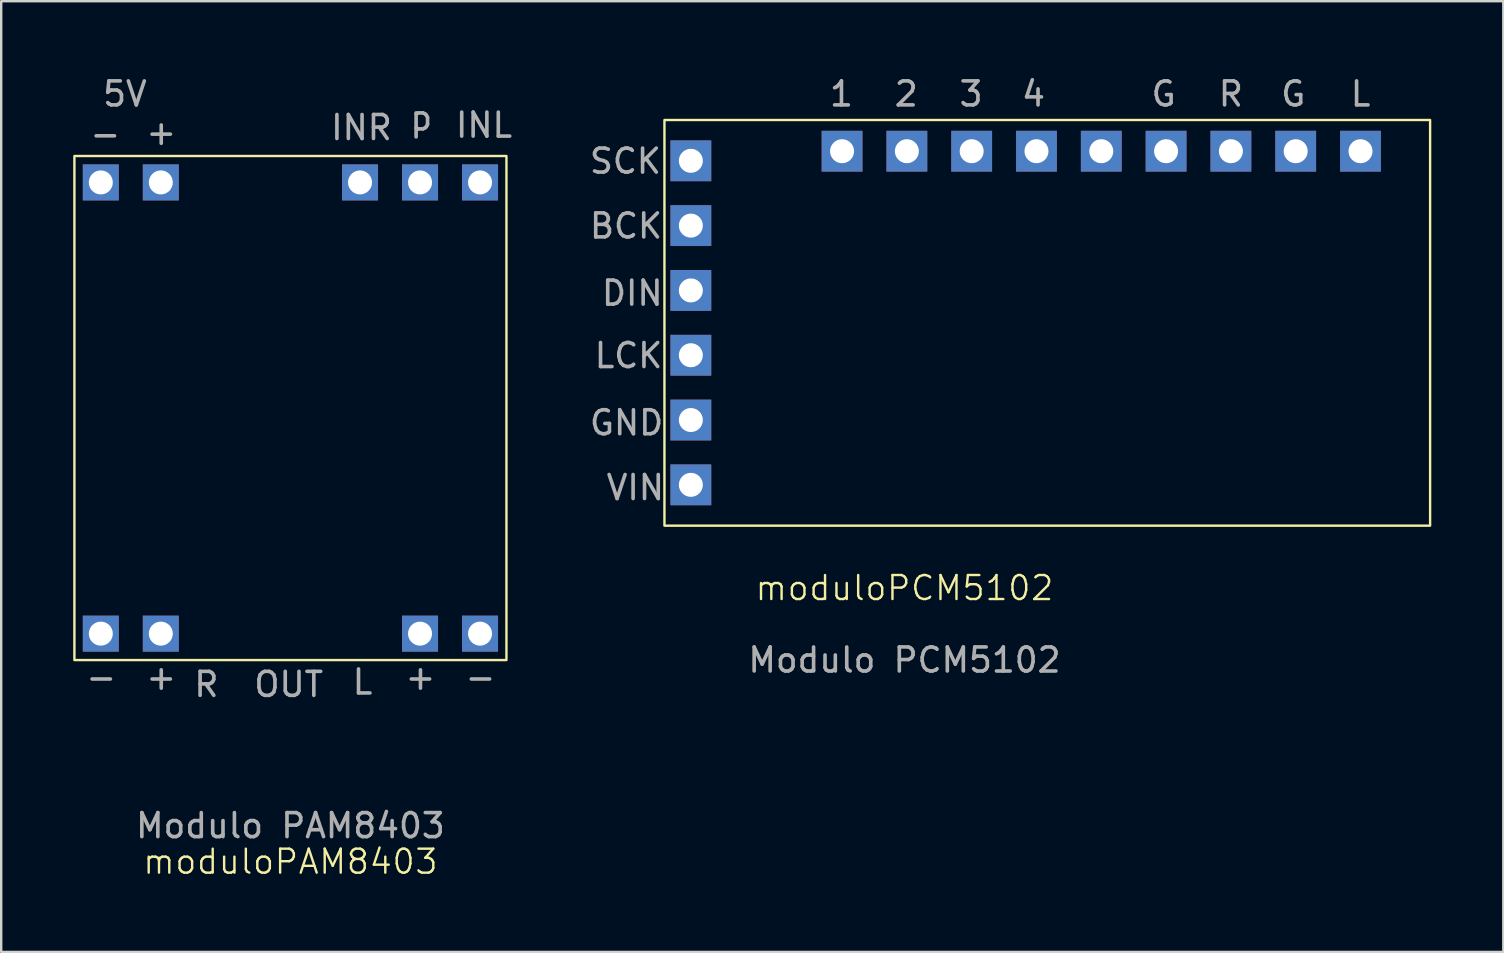
<source format=kicad_pcb>
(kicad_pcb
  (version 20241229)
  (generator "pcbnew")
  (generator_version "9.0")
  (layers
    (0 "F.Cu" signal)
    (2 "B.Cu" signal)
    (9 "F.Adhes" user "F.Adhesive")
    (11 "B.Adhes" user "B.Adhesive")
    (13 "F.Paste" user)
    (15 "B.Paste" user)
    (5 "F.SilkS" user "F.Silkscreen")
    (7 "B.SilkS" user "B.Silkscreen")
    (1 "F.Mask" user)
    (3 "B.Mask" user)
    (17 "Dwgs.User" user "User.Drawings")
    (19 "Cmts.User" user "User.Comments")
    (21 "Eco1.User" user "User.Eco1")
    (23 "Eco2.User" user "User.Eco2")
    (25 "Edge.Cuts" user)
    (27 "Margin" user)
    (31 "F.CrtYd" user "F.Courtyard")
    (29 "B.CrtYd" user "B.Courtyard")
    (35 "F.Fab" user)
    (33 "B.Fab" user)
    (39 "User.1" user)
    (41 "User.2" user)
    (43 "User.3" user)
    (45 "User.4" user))
  (footprint "moduloPAM8403"
    (layer "F.Cu")
    (at 9.05 24.45)
    (property "Reference" "moduloPAM8403" (at 0 8.4 0) (unlocked yes) (layer "F.SilkS") (effects (font (size 1 1) (thickness 0.1))))
    (attr smd)
    (fp_rect (start -9 -21) (end 9 0) (stroke (width 0.1) (type default)) (fill no) (layer "F.SilkS"))
    (fp_text user "+" (at -6.1 -21.4 0) (unlocked yes) (layer "F.Fab") (effects (font (size 1 1) (thickness 0.15)) (justify left bottom)))
    (fp_text user "R" (at -4.1 1.6 0) (unlocked yes) (layer "F.Fab") (effects (font (size 1 1) (thickness 0.15)) (justify left bottom)))
    (fp_text user "+" (at 4.7 1.3 0) (unlocked yes) (layer "F.Fab") (effects (font (size 1 1) (thickness 0.15)) (justify left bottom)))
    (fp_text user "-" (at -8.6 1.3 0) (unlocked yes) (layer "F.Fab") (effects (font (size 1 1) (thickness 0.15)) (justify left bottom)))
    (fp_text user "INR" (at 1.6 -21.6 0) (unlocked yes) (layer "F.Fab") (effects (font (size 1 1) (thickness 0.15)) (justify left bottom)))
    (fp_text user "Modulo PAM8403" (at 0 6.9 0) (unlocked yes) (layer "F.Fab") (effects (font (size 1 1) (thickness 0.15))))
    (fp_text user "-" (at 7.2 1.3 0) (unlocked yes) (layer "F.Fab") (effects (font (size 1 1) (thickness 0.15)) (justify left bottom)))
    (fp_text user "-" (at -8.43 -21.33 0) (unlocked yes) (layer "F.Fab") (effects (font (size 1 1) (thickness 0.15)) (justify left bottom)))
    (fp_text user "L" (at 2.5 1.5 0) (unlocked yes) (layer "F.Fab") (effects (font (size 1 1) (thickness 0.15)) (justify left bottom)))
    (fp_text user "5V" (at -7.9 -23 0) (unlocked yes) (layer "F.Fab") (effects (font (size 1 1) (thickness 0.15)) (justify left bottom)))
    (fp_text user "INL" (at 6.8 -21.7 0) (unlocked yes) (layer "F.Fab") (effects (font (size 1 1) (thickness 0.15)) (justify left bottom)))
    (fp_text user "p" (at 4.9 -22 0) (unlocked yes) (layer "F.Fab") (effects (font (size 1 1) (thickness 0.15)) (justify left bottom)))
    (fp_text user "OUT" (at -1.6 1.6 0) (unlocked yes) (layer "F.Fab") (effects (font (size 1 1) (thickness 0.15)) (justify left bottom)))
    (fp_text user "+" (at -6.1 1.3 0) (unlocked yes) (layer "F.Fab") (effects (font (size 1 1) (thickness 0.15)) (justify left bottom)))
    (pad "1" thru_hole rect (at 5.4 -1.1) (size 1.5 1.5) (drill 1) (property pad_prop_fiducial_glob) (layers "*.Cu" "*.Mask"))
    (pad "2" thru_hole rect (at 7.9 -1.1) (size 1.5 1.5) (drill 1) (property pad_prop_fiducial_glob) (layers "*.Cu" "*.Mask"))
    (pad "3" thru_hole rect (at -7.9 -1.1) (size 1.5 1.5) (drill 1) (property pad_prop_fiducial_glob) (layers "*.Cu" "*.Mask"))
    (pad "4" thru_hole rect (at -5.4 -1.1) (size 1.5 1.5) (drill 1) (property pad_prop_fiducial_glob) (layers "*.Cu" "*.Mask"))
    (pad "5" thru_hole rect (at 7.9 -19.9) (size 1.5 1.5) (drill 1) (property pad_prop_fiducial_glob) (layers "*.Cu" "*.Mask"))
    (pad "6" thru_hole rect (at 5.4 -19.9) (size 1.5 1.5) (drill 1) (property pad_prop_fiducial_glob) (layers "*.Cu" "*.Mask"))
    (pad "7" thru_hole rect (at 2.9 -19.9) (size 1.5 1.5) (drill 1) (property pad_prop_fiducial_glob) (layers "*.Cu" "*.Mask"))
    (pad "8" thru_hole rect (at -5.4 -19.9) (size 1.5 1.5) (drill 1) (property pad_prop_fiducial_glob) (layers "*.Cu" "*.Mask"))
    (pad "9" thru_hole rect (at -7.9 -19.9) (size 1.5 1.5) (drill 1) (property pad_prop_fiducial_glob) (layers "*.Cu" "*.Mask")))
  (footprint "moduloPCM5102"
    (layer "F.Cu")
    (at 34.633 21.95)
    (property "Reference" "moduloPCM5102" (at 0 -0.5 0) (unlocked yes) (layer "F.SilkS") (effects (font (size 1 1) (thickness 0.1))))
    (attr smd)
    (fp_rect (start -10 -20) (end 21.9 -3.1) (stroke (width 0.1) (type default)) (fill no) (layer "F.SilkS"))
    (fp_text user "3" (at 2.2 -20.5 0) (unlocked yes) (layer "F.Fab") (effects (font (size 1 1) (thickness 0.15)) (justify left bottom)))
    (fp_text user "1" (at -3.2 -20.5 0) (unlocked yes) (layer "F.Fab") (effects (font (size 1 1) (thickness 0.15)) (justify left bottom)))
    (fp_text user "BCK" (at -13.2 -15 0) (unlocked yes) (layer "F.Fab") (effects (font (size 1 1) (thickness 0.15)) (justify left bottom)))
    (fp_text user "VIN" (at -12.5 -4.1 0) (unlocked yes) (layer "F.Fab") (effects (font (size 1 1) (thickness 0.15)) (justify left bottom)))
    (fp_text user "GND" (at -13.2 -6.8 0) (unlocked yes) (layer "F.Fab") (effects (font (size 1 1) (thickness 0.15)) (justify left bottom)))
    (fp_text user "G" (at 15.6 -20.5 0) (unlocked yes) (layer "F.Fab") (effects (font (size 1 1) (thickness 0.15)) (justify left bottom)))
    (fp_text user "LCK" (at -13 -9.6 0) (unlocked yes) (layer "F.Fab") (effects (font (size 1 1) (thickness 0.15)) (justify left bottom)))
    (fp_text user "DIN" (at -12.7 -12.2 0) (unlocked yes) (layer "F.Fab") (effects (font (size 1 1) (thickness 0.15)) (justify left bottom)))
    (fp_text user "2" (at -0.5 -20.5 0) (unlocked yes) (layer "F.Fab") (effects (font (size 1 1) (thickness 0.15)) (justify left bottom)))
    (fp_text user "Modulo PCM5102" (at 0 2.5 0) (unlocked yes) (layer "F.Fab") (effects (font (size 1 1) (thickness 0.15))))
    (fp_text user "L" (at 18.5 -20.5 0) (unlocked yes) (layer "F.Fab") (effects (font (size 1 1) (thickness 0.15)) (justify left bottom)))
    (fp_text user "SCK" (at -13.2 -17.7 0) (unlocked yes) (layer "F.Fab") (effects (font (size 1 1) (thickness 0.15)) (justify left bottom)))
    (fp_text user "G" (at 10.2 -20.5 0) (unlocked yes) (layer "F.Fab") (effects (font (size 1 1) (thickness 0.15)) (justify left bottom)))
    (fp_text user "4" (at 4.8 -20.5 0) (unlocked yes) (layer "F.Fab") (effects (font (size 1 1) (thickness 0.15)) (justify left bottom)))
    (fp_text user "R" (at 13 -20.5 0) (unlocked yes) (layer "F.Fab") (effects (font (size 1 1) (thickness 0.15)) (justify left bottom)))
    (pad "1" thru_hole rect (at -8.9 -4.8) (size 1.7 1.7) (drill 1) (layers "*.Cu" "*.Mask"))
    (pad "2" thru_hole rect (at -8.9 -7.5) (size 1.7 1.7) (drill 1) (layers "*.Cu" "*.Mask"))
    (pad "3" thru_hole rect (at -8.9 -10.2) (size 1.7 1.7) (drill 1) (layers "*.Cu" "*.Mask"))
    (pad "4" thru_hole rect (at -8.9 -12.9) (size 1.7 1.7) (drill 1) (layers "*.Cu" "*.Mask"))
    (pad "5" thru_hole rect (at -8.9 -15.6) (size 1.7 1.7) (drill 1) (layers "*.Cu" "*.Mask"))
    (pad "6" thru_hole rect (at -8.9 -18.3) (size 1.7 1.7) (drill 1) (layers "*.Cu" "*.Mask"))
    (pad "7" thru_hole rect (at -2.6 -18.7 90) (size 1.7 1.7) (drill 1) (layers "*.Cu" "*.Mask"))
    (pad "8" thru_hole rect (at 0.1 -18.7 90) (size 1.7 1.7) (drill 1) (layers "*.Cu" "*.Mask"))
    (pad "9" thru_hole rect (at 2.8 -18.7 90) (size 1.7 1.7) (drill 1) (layers "*.Cu" "*.Mask"))
    (pad "10" thru_hole rect (at 5.5 -18.7 90) (size 1.7 1.7) (drill 1) (layers "*.Cu" "*.Mask"))
    (pad "11" thru_hole rect (at 8.2 -18.7 90) (size 1.7 1.7) (drill 1) (layers "*.Cu" "*.Mask"))
    (pad "12" thru_hole rect (at 10.9 -18.7 90) (size 1.7 1.7) (drill 1) (layers "*.Cu" "*.Mask"))
    (pad "13" thru_hole rect (at 13.6 -18.7 90) (size 1.7 1.7) (drill 1) (layers "*.Cu" "*.Mask"))
    (pad "14" thru_hole rect (at 16.3 -18.7 90) (size 1.7 1.7) (drill 1) (layers "*.Cu" "*.Mask"))
    (pad "15" thru_hole rect (at 19 -18.7 90) (size 1.7 1.7) (drill 1) (layers "*.Cu" "*.Mask")))
  (gr_rect
    (start -3 -3)
    (end 59.583 36.611)
    (stroke (width 0.1) (type default))
    (fill no)
    (layer "Edge.Cuts")))
</source>
